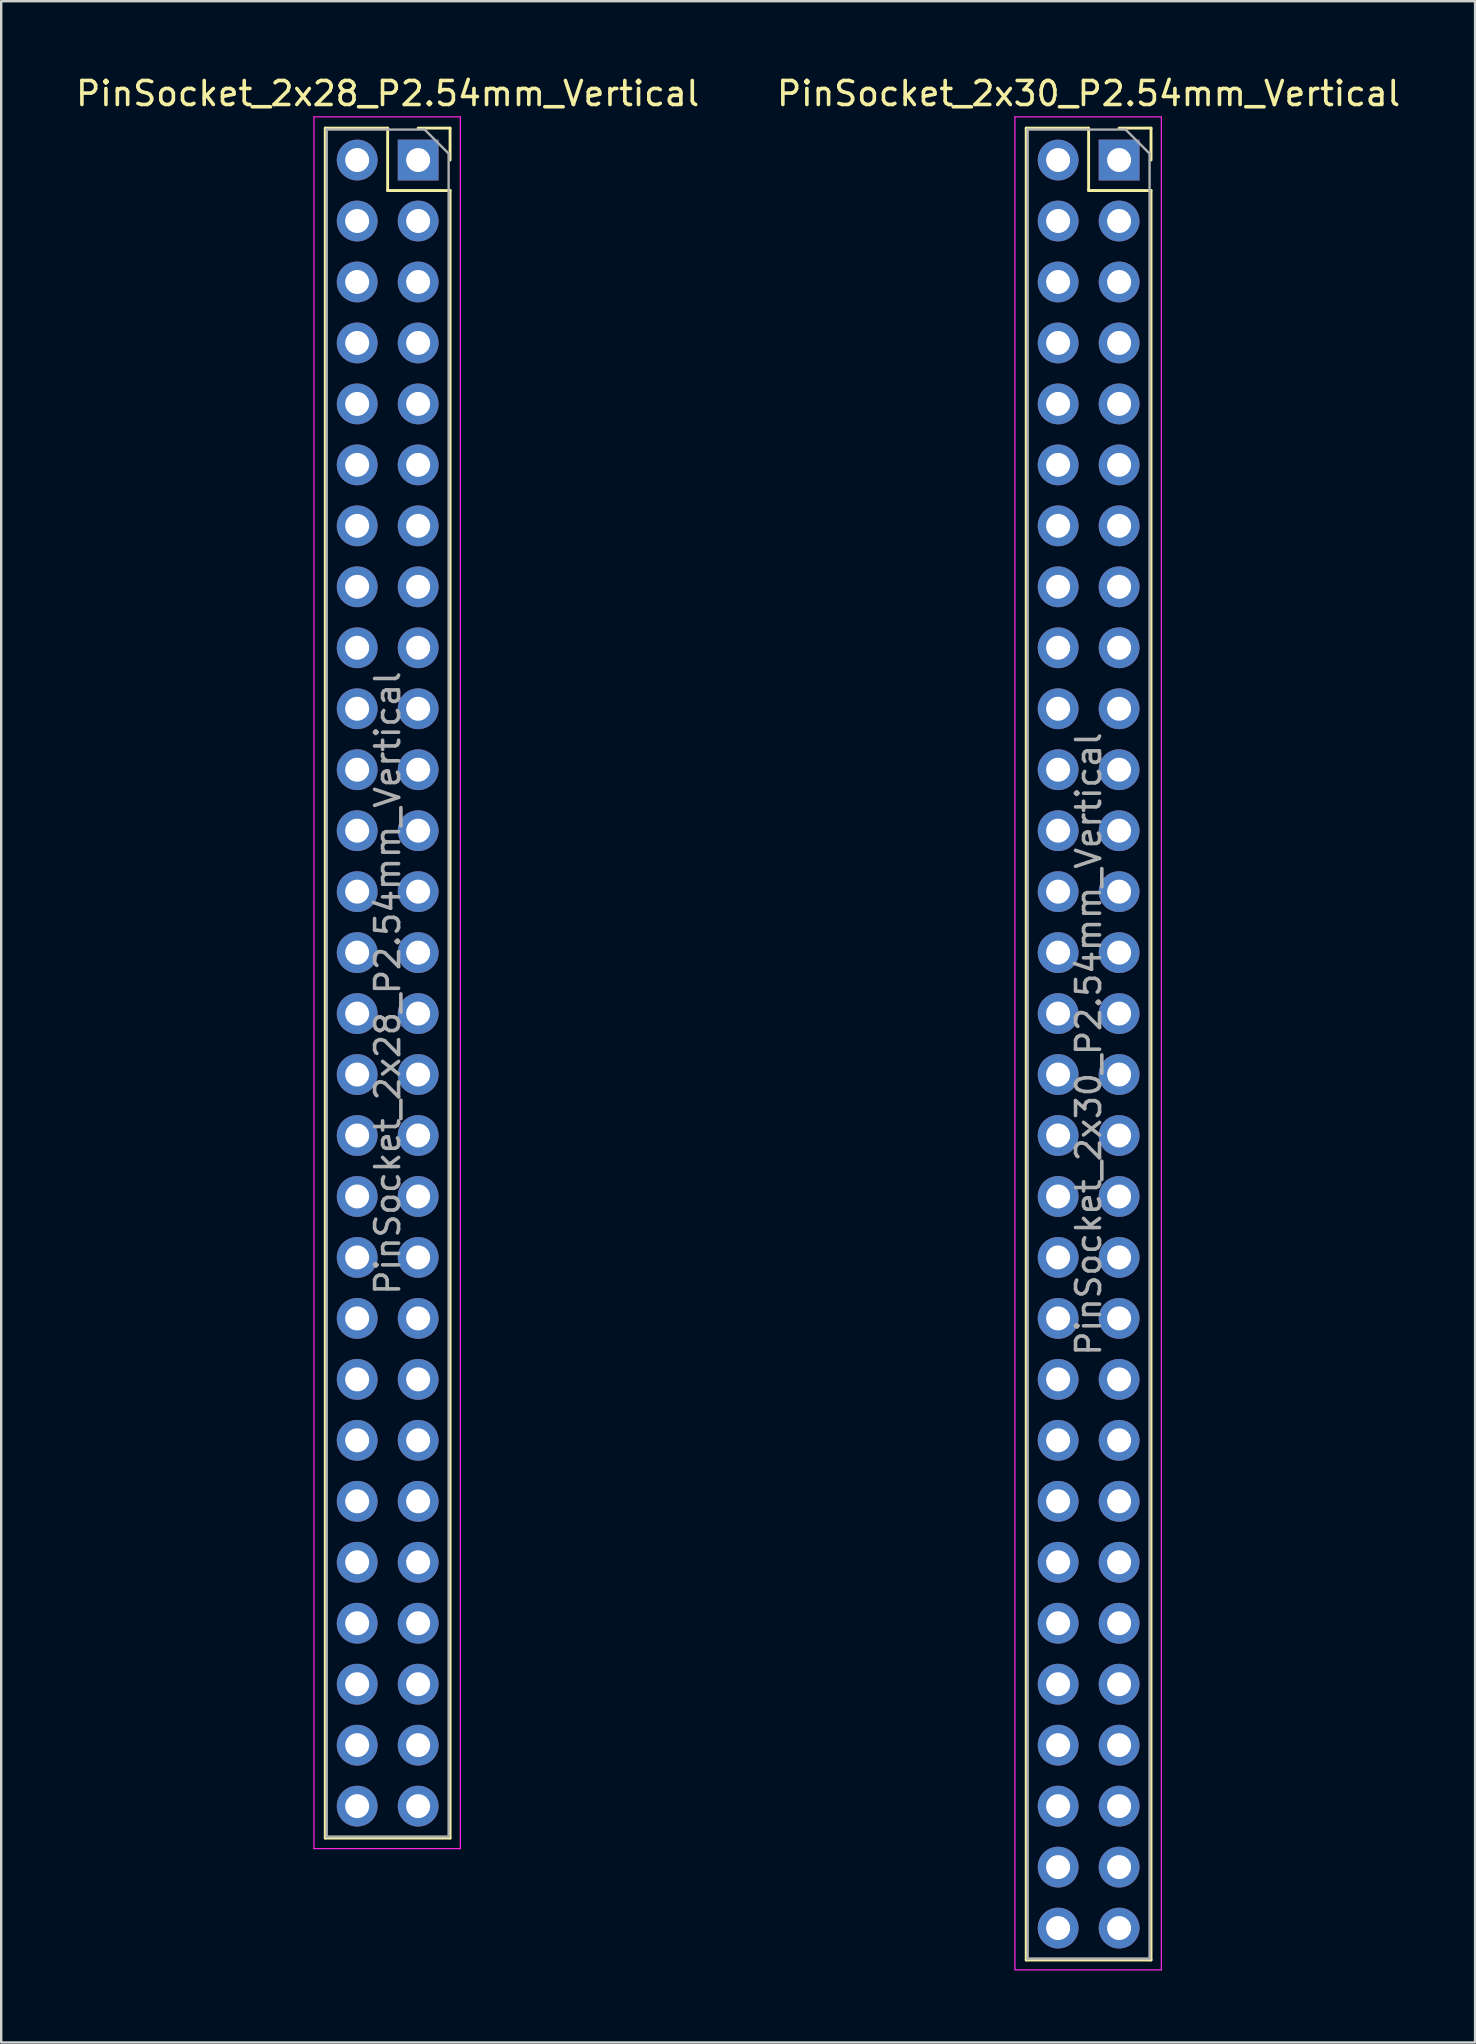
<source format=kicad_pcb>
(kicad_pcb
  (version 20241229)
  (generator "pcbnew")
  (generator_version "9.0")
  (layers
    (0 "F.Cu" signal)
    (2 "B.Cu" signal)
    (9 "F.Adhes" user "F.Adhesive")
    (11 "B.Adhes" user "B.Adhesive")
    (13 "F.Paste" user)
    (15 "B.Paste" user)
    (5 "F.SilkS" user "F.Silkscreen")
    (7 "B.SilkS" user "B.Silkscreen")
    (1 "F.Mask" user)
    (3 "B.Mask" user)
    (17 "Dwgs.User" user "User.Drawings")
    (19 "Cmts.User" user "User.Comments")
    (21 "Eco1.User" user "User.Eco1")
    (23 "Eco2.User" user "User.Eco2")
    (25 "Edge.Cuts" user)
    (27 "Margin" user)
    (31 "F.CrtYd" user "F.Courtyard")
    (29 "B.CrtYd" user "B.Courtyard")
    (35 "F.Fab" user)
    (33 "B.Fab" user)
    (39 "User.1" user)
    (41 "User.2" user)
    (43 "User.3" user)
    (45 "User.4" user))
  (footprint "PinSocket_2x28_P2.54mm_Vertical"
    (layer "F.Cu")
    (at 14.371 3.618)
    (property "Reference" "PinSocket_2x28_P2.54mm_Vertical" (at -1.27 -2.77 0) (layer "F.SilkS") (effects (font (size 1 1) (thickness 0.15))))
    (attr through_hole)
    (fp_line (start -3.87 -1.33) (end -3.87 69.91) (stroke (width 0.12) (type solid)) (layer "F.SilkS"))
    (fp_line (start -3.87 -1.33) (end -1.27 -1.33) (stroke (width 0.12) (type solid)) (layer "F.SilkS"))
    (fp_line (start -3.87 69.91) (end 1.33 69.91) (stroke (width 0.12) (type solid)) (layer "F.SilkS"))
    (fp_line (start -1.27 -1.33) (end -1.27 1.27) (stroke (width 0.12) (type solid)) (layer "F.SilkS"))
    (fp_line (start -1.27 1.27) (end 1.33 1.27) (stroke (width 0.12) (type solid)) (layer "F.SilkS"))
    (fp_line (start 0 -1.33) (end 1.33 -1.33) (stroke (width 0.12) (type solid)) (layer "F.SilkS"))
    (fp_line (start 1.33 -1.33) (end 1.33 0) (stroke (width 0.12) (type solid)) (layer "F.SilkS"))
    (fp_line (start 1.33 1.27) (end 1.33 69.91) (stroke (width 0.12) (type solid)) (layer "F.SilkS"))
    (fp_line (start -4.34 -1.8) (end 1.76 -1.8) (stroke (width 0.05) (type solid)) (layer "F.CrtYd"))
    (fp_line (start -4.34 70.35) (end -4.34 -1.8) (stroke (width 0.05) (type solid)) (layer "F.CrtYd"))
    (fp_line (start 1.76 -1.8) (end 1.76 70.35) (stroke (width 0.05) (type solid)) (layer "F.CrtYd"))
    (fp_line (start 1.76 70.35) (end -4.34 70.35) (stroke (width 0.05) (type solid)) (layer "F.CrtYd"))
    (fp_line (start -3.81 -1.27) (end 0.27 -1.27) (stroke (width 0.1) (type solid)) (layer "F.Fab"))
    (fp_line (start -3.81 69.85) (end -3.81 -1.27) (stroke (width 0.1) (type solid)) (layer "F.Fab"))
    (fp_line (start 0.27 -1.27) (end 1.27 -0.27) (stroke (width 0.1) (type solid)) (layer "F.Fab"))
    (fp_line (start 1.27 -0.27) (end 1.27 69.85) (stroke (width 0.1) (type solid)) (layer "F.Fab"))
    (fp_line (start 1.27 69.85) (end -3.81 69.85) (stroke (width 0.1) (type solid)) (layer "F.Fab"))
    (fp_text user "${REFERENCE}" (at -1.27 34.29 90) (layer "F.Fab") (effects (font (size 1 1) (thickness 0.15))))
    (pad "1" thru_hole rect (at 0 0) (size 1.7 1.7) (drill 1) (layers "*.Cu" "*.Mask"))
    (pad "2" thru_hole circle (at -2.54 0) (size 1.7 1.7) (drill 1) (layers "*.Cu" "*.Mask"))
    (pad "3" thru_hole circle (at 0 2.54) (size 1.7 1.7) (drill 1) (layers "*.Cu" "*.Mask"))
    (pad "4" thru_hole circle (at -2.54 2.54) (size 1.7 1.7) (drill 1) (layers "*.Cu" "*.Mask"))
    (pad "5" thru_hole circle (at 0 5.08) (size 1.7 1.7) (drill 1) (layers "*.Cu" "*.Mask"))
    (pad "6" thru_hole circle (at -2.54 5.08) (size 1.7 1.7) (drill 1) (layers "*.Cu" "*.Mask"))
    (pad "7" thru_hole circle (at 0 7.62) (size 1.7 1.7) (drill 1) (layers "*.Cu" "*.Mask"))
    (pad "8" thru_hole circle (at -2.54 7.62) (size 1.7 1.7) (drill 1) (layers "*.Cu" "*.Mask"))
    (pad "9" thru_hole circle (at 0 10.16) (size 1.7 1.7) (drill 1) (layers "*.Cu" "*.Mask"))
    (pad "10" thru_hole circle (at -2.54 10.16) (size 1.7 1.7) (drill 1) (layers "*.Cu" "*.Mask"))
    (pad "11" thru_hole circle (at 0 12.7) (size 1.7 1.7) (drill 1) (layers "*.Cu" "*.Mask"))
    (pad "12" thru_hole circle (at -2.54 12.7) (size 1.7 1.7) (drill 1) (layers "*.Cu" "*.Mask"))
    (pad "13" thru_hole circle (at 0 15.24) (size 1.7 1.7) (drill 1) (layers "*.Cu" "*.Mask"))
    (pad "14" thru_hole circle (at -2.54 15.24) (size 1.7 1.7) (drill 1) (layers "*.Cu" "*.Mask"))
    (pad "15" thru_hole circle (at 0 17.78) (size 1.7 1.7) (drill 1) (layers "*.Cu" "*.Mask"))
    (pad "16" thru_hole circle (at -2.54 17.78) (size 1.7 1.7) (drill 1) (layers "*.Cu" "*.Mask"))
    (pad "17" thru_hole circle (at 0 20.32) (size 1.7 1.7) (drill 1) (layers "*.Cu" "*.Mask"))
    (pad "18" thru_hole circle (at -2.54 20.32) (size 1.7 1.7) (drill 1) (layers "*.Cu" "*.Mask"))
    (pad "19" thru_hole circle (at 0 22.86) (size 1.7 1.7) (drill 1) (layers "*.Cu" "*.Mask"))
    (pad "20" thru_hole circle (at -2.54 22.86) (size 1.7 1.7) (drill 1) (layers "*.Cu" "*.Mask"))
    (pad "21" thru_hole circle (at 0 25.4) (size 1.7 1.7) (drill 1) (layers "*.Cu" "*.Mask"))
    (pad "22" thru_hole circle (at -2.54 25.4) (size 1.7 1.7) (drill 1) (layers "*.Cu" "*.Mask"))
    (pad "23" thru_hole circle (at 0 27.94) (size 1.7 1.7) (drill 1) (layers "*.Cu" "*.Mask"))
    (pad "24" thru_hole circle (at -2.54 27.94) (size 1.7 1.7) (drill 1) (layers "*.Cu" "*.Mask"))
    (pad "25" thru_hole circle (at 0 30.48) (size 1.7 1.7) (drill 1) (layers "*.Cu" "*.Mask"))
    (pad "26" thru_hole circle (at -2.54 30.48) (size 1.7 1.7) (drill 1) (layers "*.Cu" "*.Mask"))
    (pad "27" thru_hole circle (at 0 33.02) (size 1.7 1.7) (drill 1) (layers "*.Cu" "*.Mask"))
    (pad "28" thru_hole circle (at -2.54 33.02) (size 1.7 1.7) (drill 1) (layers "*.Cu" "*.Mask"))
    (pad "29" thru_hole circle (at 0 35.56) (size 1.7 1.7) (drill 1) (layers "*.Cu" "*.Mask"))
    (pad "30" thru_hole circle (at -2.54 35.56) (size 1.7 1.7) (drill 1) (layers "*.Cu" "*.Mask"))
    (pad "31" thru_hole circle (at 0 38.1) (size 1.7 1.7) (drill 1) (layers "*.Cu" "*.Mask"))
    (pad "32" thru_hole circle (at -2.54 38.1) (size 1.7 1.7) (drill 1) (layers "*.Cu" "*.Mask"))
    (pad "33" thru_hole circle (at 0 40.64) (size 1.7 1.7) (drill 1) (layers "*.Cu" "*.Mask"))
    (pad "34" thru_hole circle (at -2.54 40.64) (size 1.7 1.7) (drill 1) (layers "*.Cu" "*.Mask"))
    (pad "35" thru_hole circle (at 0 43.18) (size 1.7 1.7) (drill 1) (layers "*.Cu" "*.Mask"))
    (pad "36" thru_hole circle (at -2.54 43.18) (size 1.7 1.7) (drill 1) (layers "*.Cu" "*.Mask"))
    (pad "37" thru_hole circle (at 0 45.72) (size 1.7 1.7) (drill 1) (layers "*.Cu" "*.Mask"))
    (pad "38" thru_hole circle (at -2.54 45.72) (size 1.7 1.7) (drill 1) (layers "*.Cu" "*.Mask"))
    (pad "39" thru_hole circle (at 0 48.26) (size 1.7 1.7) (drill 1) (layers "*.Cu" "*.Mask"))
    (pad "40" thru_hole circle (at -2.54 48.26) (size 1.7 1.7) (drill 1) (layers "*.Cu" "*.Mask"))
    (pad "41" thru_hole circle (at 0 50.8) (size 1.7 1.7) (drill 1) (layers "*.Cu" "*.Mask"))
    (pad "42" thru_hole circle (at -2.54 50.8) (size 1.7 1.7) (drill 1) (layers "*.Cu" "*.Mask"))
    (pad "43" thru_hole circle (at 0 53.34) (size 1.7 1.7) (drill 1) (layers "*.Cu" "*.Mask"))
    (pad "44" thru_hole circle (at -2.54 53.34) (size 1.7 1.7) (drill 1) (layers "*.Cu" "*.Mask"))
    (pad "45" thru_hole circle (at 0 55.88) (size 1.7 1.7) (drill 1) (layers "*.Cu" "*.Mask"))
    (pad "46" thru_hole circle (at -2.54 55.88) (size 1.7 1.7) (drill 1) (layers "*.Cu" "*.Mask"))
    (pad "47" thru_hole circle (at 0 58.42) (size 1.7 1.7) (drill 1) (layers "*.Cu" "*.Mask"))
    (pad "48" thru_hole circle (at -2.54 58.42) (size 1.7 1.7) (drill 1) (layers "*.Cu" "*.Mask"))
    (pad "49" thru_hole circle (at 0 60.96) (size 1.7 1.7) (drill 1) (layers "*.Cu" "*.Mask"))
    (pad "50" thru_hole circle (at -2.54 60.96) (size 1.7 1.7) (drill 1) (layers "*.Cu" "*.Mask"))
    (pad "51" thru_hole circle (at 0 63.5) (size 1.7 1.7) (drill 1) (layers "*.Cu" "*.Mask"))
    (pad "52" thru_hole circle (at -2.54 63.5) (size 1.7 1.7) (drill 1) (layers "*.Cu" "*.Mask"))
    (pad "53" thru_hole circle (at 0 66.04) (size 1.7 1.7) (drill 1) (layers "*.Cu" "*.Mask"))
    (pad "54" thru_hole circle (at -2.54 66.04) (size 1.7 1.7) (drill 1) (layers "*.Cu" "*.Mask"))
    (pad "55" thru_hole circle (at 0 68.58) (size 1.7 1.7) (drill 1) (layers "*.Cu" "*.Mask"))
    (pad "56" thru_hole circle (at -2.54 68.58) (size 1.7 1.7) (drill 1) (layers "*.Cu" "*.Mask")))
  (footprint "PinSocket_2x30_P2.54mm_Vertical"
    (layer "F.Cu")
    (at 43.574 3.618)
    (property "Reference" "PinSocket_2x30_P2.54mm_Vertical" (at -1.27 -2.77 0) (layer "F.SilkS") (effects (font (size 1 1) (thickness 0.15))))
    (attr through_hole)
    (fp_line (start -3.87 -1.33) (end -3.87 74.99) (stroke (width 0.12) (type solid)) (layer "F.SilkS"))
    (fp_line (start -3.87 -1.33) (end -1.27 -1.33) (stroke (width 0.12) (type solid)) (layer "F.SilkS"))
    (fp_line (start -3.87 74.99) (end 1.33 74.99) (stroke (width 0.12) (type solid)) (layer "F.SilkS"))
    (fp_line (start -1.27 -1.33) (end -1.27 1.27) (stroke (width 0.12) (type solid)) (layer "F.SilkS"))
    (fp_line (start -1.27 1.27) (end 1.33 1.27) (stroke (width 0.12) (type solid)) (layer "F.SilkS"))
    (fp_line (start 0 -1.33) (end 1.33 -1.33) (stroke (width 0.12) (type solid)) (layer "F.SilkS"))
    (fp_line (start 1.33 -1.33) (end 1.33 0) (stroke (width 0.12) (type solid)) (layer "F.SilkS"))
    (fp_line (start 1.33 1.27) (end 1.33 74.99) (stroke (width 0.12) (type solid)) (layer "F.SilkS"))
    (fp_line (start -4.34 -1.8) (end 1.76 -1.8) (stroke (width 0.05) (type solid)) (layer "F.CrtYd"))
    (fp_line (start -4.34 75.4) (end -4.34 -1.8) (stroke (width 0.05) (type solid)) (layer "F.CrtYd"))
    (fp_line (start 1.76 -1.8) (end 1.76 75.4) (stroke (width 0.05) (type solid)) (layer "F.CrtYd"))
    (fp_line (start 1.76 75.4) (end -4.34 75.4) (stroke (width 0.05) (type solid)) (layer "F.CrtYd"))
    (fp_line (start -3.81 -1.27) (end 0.27 -1.27) (stroke (width 0.1) (type solid)) (layer "F.Fab"))
    (fp_line (start -3.81 74.93) (end -3.81 -1.27) (stroke (width 0.1) (type solid)) (layer "F.Fab"))
    (fp_line (start 0.27 -1.27) (end 1.27 -0.27) (stroke (width 0.1) (type solid)) (layer "F.Fab"))
    (fp_line (start 1.27 -0.27) (end 1.27 74.93) (stroke (width 0.1) (type solid)) (layer "F.Fab"))
    (fp_line (start 1.27 74.93) (end -3.81 74.93) (stroke (width 0.1) (type solid)) (layer "F.Fab"))
    (fp_text user "${REFERENCE}" (at -1.27 36.83 90) (layer "F.Fab") (effects (font (size 1 1) (thickness 0.15))))
    (pad "1" thru_hole rect (at 0 0) (size 1.7 1.7) (drill 1) (layers "*.Cu" "*.Mask"))
    (pad "2" thru_hole circle (at -2.54 0) (size 1.7 1.7) (drill 1) (layers "*.Cu" "*.Mask"))
    (pad "3" thru_hole circle (at 0 2.54) (size 1.7 1.7) (drill 1) (layers "*.Cu" "*.Mask"))
    (pad "4" thru_hole circle (at -2.54 2.54) (size 1.7 1.7) (drill 1) (layers "*.Cu" "*.Mask"))
    (pad "5" thru_hole circle (at 0 5.08) (size 1.7 1.7) (drill 1) (layers "*.Cu" "*.Mask"))
    (pad "6" thru_hole circle (at -2.54 5.08) (size 1.7 1.7) (drill 1) (layers "*.Cu" "*.Mask"))
    (pad "7" thru_hole circle (at 0 7.62) (size 1.7 1.7) (drill 1) (layers "*.Cu" "*.Mask"))
    (pad "8" thru_hole circle (at -2.54 7.62) (size 1.7 1.7) (drill 1) (layers "*.Cu" "*.Mask"))
    (pad "9" thru_hole circle (at 0 10.16) (size 1.7 1.7) (drill 1) (layers "*.Cu" "*.Mask"))
    (pad "10" thru_hole circle (at -2.54 10.16) (size 1.7 1.7) (drill 1) (layers "*.Cu" "*.Mask"))
    (pad "11" thru_hole circle (at 0 12.7) (size 1.7 1.7) (drill 1) (layers "*.Cu" "*.Mask"))
    (pad "12" thru_hole circle (at -2.54 12.7) (size 1.7 1.7) (drill 1) (layers "*.Cu" "*.Mask"))
    (pad "13" thru_hole circle (at 0 15.24) (size 1.7 1.7) (drill 1) (layers "*.Cu" "*.Mask"))
    (pad "14" thru_hole circle (at -2.54 15.24) (size 1.7 1.7) (drill 1) (layers "*.Cu" "*.Mask"))
    (pad "15" thru_hole circle (at 0 17.78) (size 1.7 1.7) (drill 1) (layers "*.Cu" "*.Mask"))
    (pad "16" thru_hole circle (at -2.54 17.78) (size 1.7 1.7) (drill 1) (layers "*.Cu" "*.Mask"))
    (pad "17" thru_hole circle (at 0 20.32) (size 1.7 1.7) (drill 1) (layers "*.Cu" "*.Mask"))
    (pad "18" thru_hole circle (at -2.54 20.32) (size 1.7 1.7) (drill 1) (layers "*.Cu" "*.Mask"))
    (pad "19" thru_hole circle (at 0 22.86) (size 1.7 1.7) (drill 1) (layers "*.Cu" "*.Mask"))
    (pad "20" thru_hole circle (at -2.54 22.86) (size 1.7 1.7) (drill 1) (layers "*.Cu" "*.Mask"))
    (pad "21" thru_hole circle (at 0 25.4) (size 1.7 1.7) (drill 1) (layers "*.Cu" "*.Mask"))
    (pad "22" thru_hole circle (at -2.54 25.4) (size 1.7 1.7) (drill 1) (layers "*.Cu" "*.Mask"))
    (pad "23" thru_hole circle (at 0 27.94) (size 1.7 1.7) (drill 1) (layers "*.Cu" "*.Mask"))
    (pad "24" thru_hole circle (at -2.54 27.94) (size 1.7 1.7) (drill 1) (layers "*.Cu" "*.Mask"))
    (pad "25" thru_hole circle (at 0 30.48) (size 1.7 1.7) (drill 1) (layers "*.Cu" "*.Mask"))
    (pad "26" thru_hole circle (at -2.54 30.48) (size 1.7 1.7) (drill 1) (layers "*.Cu" "*.Mask"))
    (pad "27" thru_hole circle (at 0 33.02) (size 1.7 1.7) (drill 1) (layers "*.Cu" "*.Mask"))
    (pad "28" thru_hole circle (at -2.54 33.02) (size 1.7 1.7) (drill 1) (layers "*.Cu" "*.Mask"))
    (pad "29" thru_hole circle (at 0 35.56) (size 1.7 1.7) (drill 1) (layers "*.Cu" "*.Mask"))
    (pad "30" thru_hole circle (at -2.54 35.56) (size 1.7 1.7) (drill 1) (layers "*.Cu" "*.Mask"))
    (pad "31" thru_hole circle (at 0 38.1) (size 1.7 1.7) (drill 1) (layers "*.Cu" "*.Mask"))
    (pad "32" thru_hole circle (at -2.54 38.1) (size 1.7 1.7) (drill 1) (layers "*.Cu" "*.Mask"))
    (pad "33" thru_hole circle (at 0 40.64) (size 1.7 1.7) (drill 1) (layers "*.Cu" "*.Mask"))
    (pad "34" thru_hole circle (at -2.54 40.64) (size 1.7 1.7) (drill 1) (layers "*.Cu" "*.Mask"))
    (pad "35" thru_hole circle (at 0 43.18) (size 1.7 1.7) (drill 1) (layers "*.Cu" "*.Mask"))
    (pad "36" thru_hole circle (at -2.54 43.18) (size 1.7 1.7) (drill 1) (layers "*.Cu" "*.Mask"))
    (pad "37" thru_hole circle (at 0 45.72) (size 1.7 1.7) (drill 1) (layers "*.Cu" "*.Mask"))
    (pad "38" thru_hole circle (at -2.54 45.72) (size 1.7 1.7) (drill 1) (layers "*.Cu" "*.Mask"))
    (pad "39" thru_hole circle (at 0 48.26) (size 1.7 1.7) (drill 1) (layers "*.Cu" "*.Mask"))
    (pad "40" thru_hole circle (at -2.54 48.26) (size 1.7 1.7) (drill 1) (layers "*.Cu" "*.Mask"))
    (pad "41" thru_hole circle (at 0 50.8) (size 1.7 1.7) (drill 1) (layers "*.Cu" "*.Mask"))
    (pad "42" thru_hole circle (at -2.54 50.8) (size 1.7 1.7) (drill 1) (layers "*.Cu" "*.Mask"))
    (pad "43" thru_hole circle (at 0 53.34) (size 1.7 1.7) (drill 1) (layers "*.Cu" "*.Mask"))
    (pad "44" thru_hole circle (at -2.54 53.34) (size 1.7 1.7) (drill 1) (layers "*.Cu" "*.Mask"))
    (pad "45" thru_hole circle (at 0 55.88) (size 1.7 1.7) (drill 1) (layers "*.Cu" "*.Mask"))
    (pad "46" thru_hole circle (at -2.54 55.88) (size 1.7 1.7) (drill 1) (layers "*.Cu" "*.Mask"))
    (pad "47" thru_hole circle (at 0 58.42) (size 1.7 1.7) (drill 1) (layers "*.Cu" "*.Mask"))
    (pad "48" thru_hole circle (at -2.54 58.42) (size 1.7 1.7) (drill 1) (layers "*.Cu" "*.Mask"))
    (pad "49" thru_hole circle (at 0 60.96) (size 1.7 1.7) (drill 1) (layers "*.Cu" "*.Mask"))
    (pad "50" thru_hole circle (at -2.54 60.96) (size 1.7 1.7) (drill 1) (layers "*.Cu" "*.Mask"))
    (pad "51" thru_hole circle (at 0 63.5) (size 1.7 1.7) (drill 1) (layers "*.Cu" "*.Mask"))
    (pad "52" thru_hole circle (at -2.54 63.5) (size 1.7 1.7) (drill 1) (layers "*.Cu" "*.Mask"))
    (pad "53" thru_hole circle (at 0 66.04) (size 1.7 1.7) (drill 1) (layers "*.Cu" "*.Mask"))
    (pad "54" thru_hole circle (at -2.54 66.04) (size 1.7 1.7) (drill 1) (layers "*.Cu" "*.Mask"))
    (pad "55" thru_hole circle (at 0 68.58) (size 1.7 1.7) (drill 1) (layers "*.Cu" "*.Mask"))
    (pad "56" thru_hole circle (at -2.54 68.58) (size 1.7 1.7) (drill 1) (layers "*.Cu" "*.Mask"))
    (pad "57" thru_hole circle (at 0 71.12) (size 1.7 1.7) (drill 1) (layers "*.Cu" "*.Mask"))
    (pad "58" thru_hole circle (at -2.54 71.12) (size 1.7 1.7) (drill 1) (layers "*.Cu" "*.Mask"))
    (pad "59" thru_hole circle (at 0 73.66) (size 1.7 1.7) (drill 1) (layers "*.Cu" "*.Mask"))
    (pad "60" thru_hole circle (at -2.54 73.66) (size 1.7 1.7) (drill 1) (layers "*.Cu" "*.Mask")))
  (gr_rect
    (start -3 -3)
    (end 58.405 82.043)
    (stroke (width 0.1) (type default))
    (fill no)
    (layer "Edge.Cuts")))
</source>
